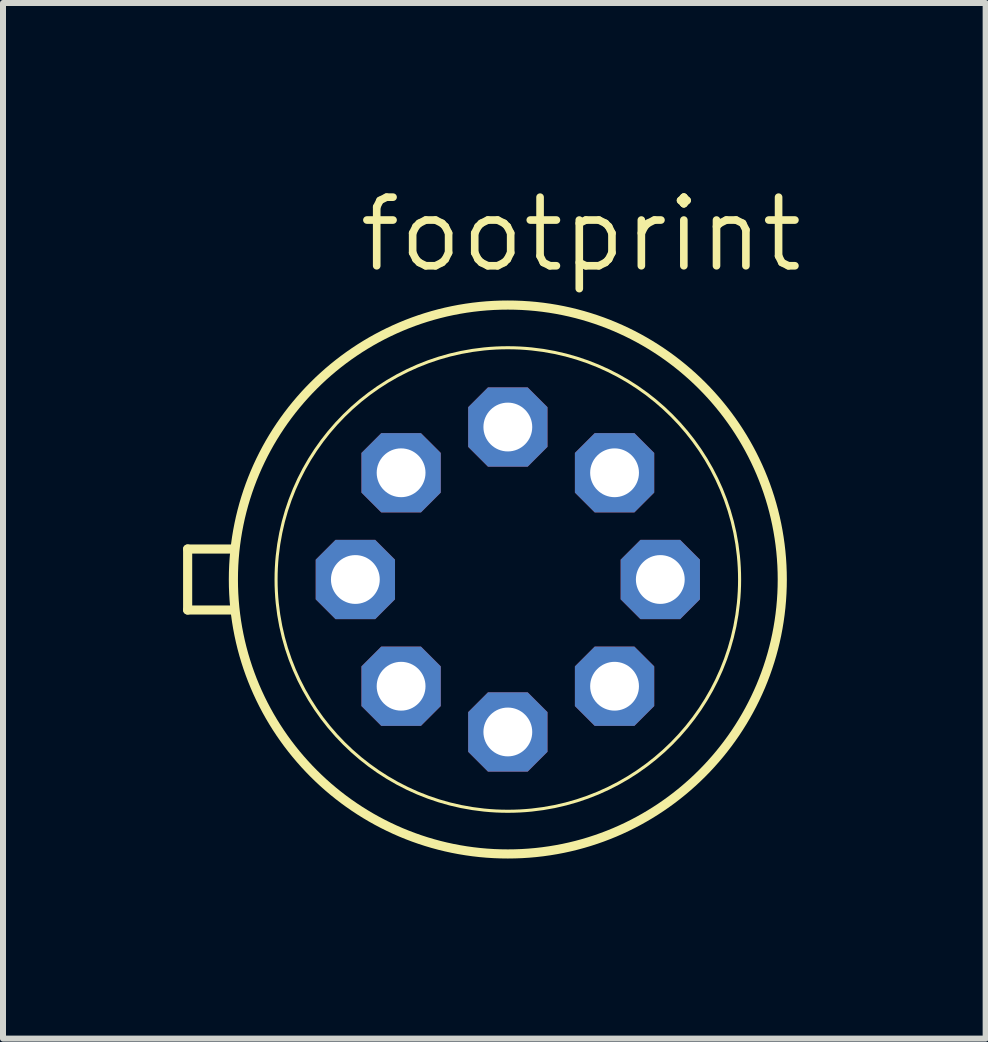
<source format=kicad_pcb>
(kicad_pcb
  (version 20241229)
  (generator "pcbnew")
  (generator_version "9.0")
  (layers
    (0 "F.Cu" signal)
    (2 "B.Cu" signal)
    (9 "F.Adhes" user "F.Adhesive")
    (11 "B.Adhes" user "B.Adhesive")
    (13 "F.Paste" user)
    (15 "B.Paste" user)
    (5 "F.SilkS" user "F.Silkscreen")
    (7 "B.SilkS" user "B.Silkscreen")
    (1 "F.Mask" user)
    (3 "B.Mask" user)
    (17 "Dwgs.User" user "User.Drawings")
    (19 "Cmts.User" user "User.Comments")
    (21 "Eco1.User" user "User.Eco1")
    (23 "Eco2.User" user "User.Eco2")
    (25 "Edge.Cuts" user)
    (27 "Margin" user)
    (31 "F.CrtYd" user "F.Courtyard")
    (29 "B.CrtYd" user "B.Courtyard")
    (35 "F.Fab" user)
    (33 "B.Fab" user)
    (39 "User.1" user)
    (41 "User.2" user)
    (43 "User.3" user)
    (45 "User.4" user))
  (footprint "footprint"
    (layer "F.Cu")
    (at 5.41 6.604)
    (property "Reference" "footprint" (at -2.54 -5.08 0) (layer "F.SilkS") (effects (font (size 1.143 1.143) (thickness 0.127)) (justify left bottom)))
    (fp_line (start -5.334 0.508) (end -5.334 -0.508) (stroke (width 0.152) (type solid)) (layer "F.SilkS"))
    (fp_line (start -5.334 0.508) (end -4.572 0.508) (stroke (width 0.152) (type solid)) (layer "F.SilkS"))
    (fp_line (start -4.572 -0.508) (end -5.334 -0.508) (stroke (width 0.152) (type solid)) (layer "F.SilkS"))
    (fp_circle (center 0 0) (end 3.861 0) (stroke (width 0.051) (type solid)) (fill no) (layer "F.SilkS"))
    (fp_circle (center 0 0) (end 4.572 0) (stroke (width 0.152) (type solid)) (fill no) (layer "F.SilkS"))
    (pad "1" thru_hole roundrect (at -1.778 1.778) (size 1.321 1.321) (drill 0.813) (layers "*.Cu" "*.Mask") (roundrect_rratio 0.25) (chamfer_ratio 0.25) (chamfer top_left top_right bottom_left bottom_right))
    (pad "2" thru_hole roundrect (at 0 2.54) (size 1.321 1.321) (drill 0.813) (layers "*.Cu" "*.Mask") (roundrect_rratio 0.25) (chamfer_ratio 0.25) (chamfer top_left top_right bottom_left bottom_right))
    (pad "3" thru_hole roundrect (at 1.778 1.778) (size 1.321 1.321) (drill 0.813) (layers "*.Cu" "*.Mask") (roundrect_rratio 0.25) (chamfer_ratio 0.25) (chamfer top_left top_right bottom_left bottom_right))
    (pad "4" thru_hole roundrect (at 2.54 0) (size 1.321 1.321) (drill 0.813) (layers "*.Cu" "*.Mask") (roundrect_rratio 0.25) (chamfer_ratio 0.25) (chamfer top_left top_right bottom_left bottom_right))
    (pad "5" thru_hole roundrect (at 1.778 -1.778) (size 1.321 1.321) (drill 0.813) (layers "*.Cu" "*.Mask") (roundrect_rratio 0.25) (chamfer_ratio 0.25) (chamfer top_left top_right bottom_left bottom_right))
    (pad "6" thru_hole roundrect (at 0 -2.54) (size 1.321 1.321) (drill 0.813) (layers "*.Cu" "*.Mask") (roundrect_rratio 0.25) (chamfer_ratio 0.25) (chamfer top_left top_right bottom_left bottom_right))
    (pad "7" thru_hole roundrect (at -1.778 -1.778) (size 1.321 1.321) (drill 0.813) (layers "*.Cu" "*.Mask") (roundrect_rratio 0.25) (chamfer_ratio 0.25) (chamfer top_left top_right bottom_left bottom_right))
    (pad "8" thru_hole roundrect (at -2.54 0) (size 1.321 1.321) (drill 0.813) (layers "*.Cu" "*.Mask") (roundrect_rratio 0.25) (chamfer_ratio 0.25) (chamfer top_left top_right bottom_left bottom_right)))
  (gr_rect
    (start -3 -3)
    (end 13.37 14.252)
    (stroke (width 0.1) (type default))
    (fill no)
    (layer "Edge.Cuts")))
</source>
